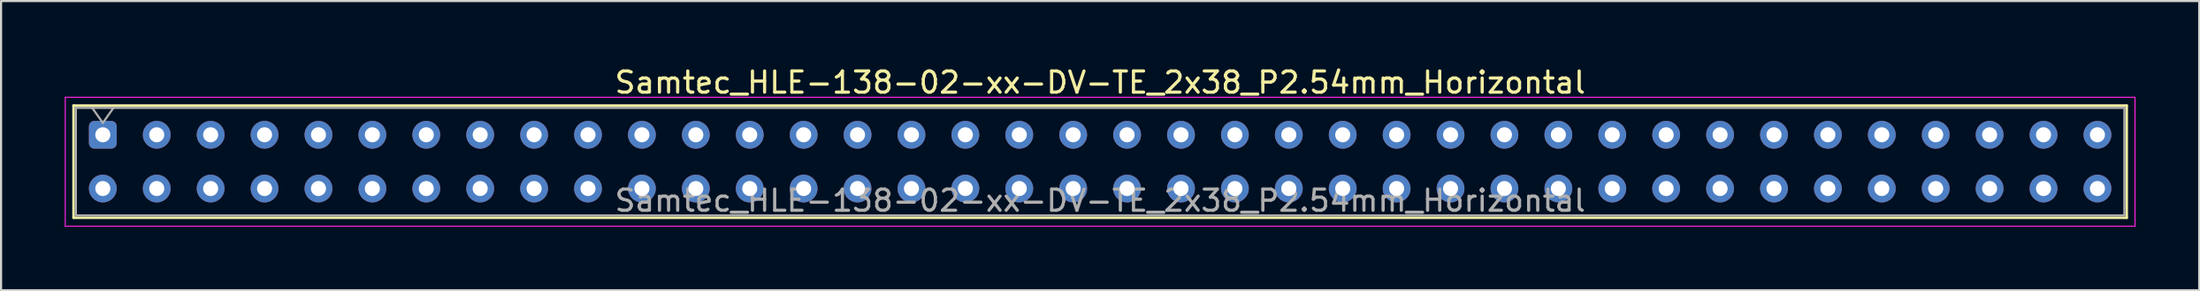
<source format=kicad_pcb>
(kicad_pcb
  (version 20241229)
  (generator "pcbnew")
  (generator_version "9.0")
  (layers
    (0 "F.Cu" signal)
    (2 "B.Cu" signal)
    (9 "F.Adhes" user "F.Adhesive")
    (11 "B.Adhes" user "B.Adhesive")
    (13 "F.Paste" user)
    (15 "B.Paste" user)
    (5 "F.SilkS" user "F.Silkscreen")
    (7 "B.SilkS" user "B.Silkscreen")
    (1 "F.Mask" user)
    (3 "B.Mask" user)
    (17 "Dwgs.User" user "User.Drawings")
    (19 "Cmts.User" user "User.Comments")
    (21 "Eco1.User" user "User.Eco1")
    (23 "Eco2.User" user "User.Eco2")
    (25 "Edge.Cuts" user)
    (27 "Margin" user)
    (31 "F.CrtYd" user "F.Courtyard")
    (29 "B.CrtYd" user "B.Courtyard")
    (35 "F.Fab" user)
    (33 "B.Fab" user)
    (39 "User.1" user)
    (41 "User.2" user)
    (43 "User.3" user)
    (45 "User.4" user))
  (footprint "Samtec_HLE-138-02-xx-DV-TE_2x38_P2.54mm_Horizontal"
    (layer "F.Cu")
    (at 1.795 3.318)
    (property "Reference" "Samtec_HLE-138-02-xx-DV-TE_2x38_P2.54mm_Horizontal" (at 46.99 -2.47 0) (layer "F.SilkS") (effects (font (size 1 1) (thickness 0.15))))
    (attr through_hole)
    (fp_line (start -1.38 -1.38) (end 95.36 -1.38) (stroke (width 0.12) (type solid)) (layer "F.SilkS"))
    (fp_line (start -1.38 3.92) (end -1.38 -1.38) (stroke (width 0.12) (type solid)) (layer "F.SilkS"))
    (fp_line (start 95.36 -1.38) (end 95.36 3.92) (stroke (width 0.12) (type solid)) (layer "F.SilkS"))
    (fp_line (start 95.36 3.92) (end -1.38 3.92) (stroke (width 0.12) (type solid)) (layer "F.SilkS"))
    (fp_line (start -1.77 -1.77) (end 95.75 -1.77) (stroke (width 0.05) (type solid)) (layer "F.CrtYd"))
    (fp_line (start -1.77 4.32) (end -1.77 -1.77) (stroke (width 0.05) (type solid)) (layer "F.CrtYd"))
    (fp_line (start 95.75 -1.77) (end 95.75 4.32) (stroke (width 0.05) (type solid)) (layer "F.CrtYd"))
    (fp_line (start 95.75 4.32) (end -1.77 4.32) (stroke (width 0.05) (type solid)) (layer "F.CrtYd"))
    (fp_line (start -1.27 -1.27) (end 95.25 -1.27) (stroke (width 0.1) (type solid)) (layer "F.Fab"))
    (fp_line (start -1.27 3.81) (end -1.27 -1.27) (stroke (width 0.1) (type solid)) (layer "F.Fab"))
    (fp_line (start -0.5 -1.27) (end 0 -0.563) (stroke (width 0.1) (type solid)) (layer "F.Fab"))
    (fp_line (start 0 -0.563) (end 0.5 -1.27) (stroke (width 0.1) (type solid)) (layer "F.Fab"))
    (fp_line (start 95.25 -1.27) (end 95.25 3.81) (stroke (width 0.1) (type solid)) (layer "F.Fab"))
    (fp_line (start 95.25 3.81) (end -1.27 3.81) (stroke (width 0.1) (type solid)) (layer "F.Fab"))
    (fp_text user "${REFERENCE}" (at 46.99 3.11 0) (layer "F.Fab") (effects (font (size 1 1) (thickness 0.15))))
    (pad "1" thru_hole roundrect (at 0 0) (size 1.31 1.31) (drill 0.71) (layers "*.Cu" "*.Mask") (roundrect_rratio 0.191))
    (pad "2" thru_hole circle (at 0 2.54) (size 1.31 1.31) (drill 0.71) (layers "*.Cu" "*.Mask"))
    (pad "3" thru_hole circle (at 2.54 0) (size 1.31 1.31) (drill 0.71) (layers "*.Cu" "*.Mask"))
    (pad "4" thru_hole circle (at 2.54 2.54) (size 1.31 1.31) (drill 0.71) (layers "*.Cu" "*.Mask"))
    (pad "5" thru_hole circle (at 5.08 0) (size 1.31 1.31) (drill 0.71) (layers "*.Cu" "*.Mask"))
    (pad "6" thru_hole circle (at 5.08 2.54) (size 1.31 1.31) (drill 0.71) (layers "*.Cu" "*.Mask"))
    (pad "7" thru_hole circle (at 7.62 0) (size 1.31 1.31) (drill 0.71) (layers "*.Cu" "*.Mask"))
    (pad "8" thru_hole circle (at 7.62 2.54) (size 1.31 1.31) (drill 0.71) (layers "*.Cu" "*.Mask"))
    (pad "9" thru_hole circle (at 10.16 0) (size 1.31 1.31) (drill 0.71) (layers "*.Cu" "*.Mask"))
    (pad "10" thru_hole circle (at 10.16 2.54) (size 1.31 1.31) (drill 0.71) (layers "*.Cu" "*.Mask"))
    (pad "11" thru_hole circle (at 12.7 0) (size 1.31 1.31) (drill 0.71) (layers "*.Cu" "*.Mask"))
    (pad "12" thru_hole circle (at 12.7 2.54) (size 1.31 1.31) (drill 0.71) (layers "*.Cu" "*.Mask"))
    (pad "13" thru_hole circle (at 15.24 0) (size 1.31 1.31) (drill 0.71) (layers "*.Cu" "*.Mask"))
    (pad "14" thru_hole circle (at 15.24 2.54) (size 1.31 1.31) (drill 0.71) (layers "*.Cu" "*.Mask"))
    (pad "15" thru_hole circle (at 17.78 0) (size 1.31 1.31) (drill 0.71) (layers "*.Cu" "*.Mask"))
    (pad "16" thru_hole circle (at 17.78 2.54) (size 1.31 1.31) (drill 0.71) (layers "*.Cu" "*.Mask"))
    (pad "17" thru_hole circle (at 20.32 0) (size 1.31 1.31) (drill 0.71) (layers "*.Cu" "*.Mask"))
    (pad "18" thru_hole circle (at 20.32 2.54) (size 1.31 1.31) (drill 0.71) (layers "*.Cu" "*.Mask"))
    (pad "19" thru_hole circle (at 22.86 0) (size 1.31 1.31) (drill 0.71) (layers "*.Cu" "*.Mask"))
    (pad "20" thru_hole circle (at 22.86 2.54) (size 1.31 1.31) (drill 0.71) (layers "*.Cu" "*.Mask"))
    (pad "21" thru_hole circle (at 25.4 0) (size 1.31 1.31) (drill 0.71) (layers "*.Cu" "*.Mask"))
    (pad "22" thru_hole circle (at 25.4 2.54) (size 1.31 1.31) (drill 0.71) (layers "*.Cu" "*.Mask"))
    (pad "23" thru_hole circle (at 27.94 0) (size 1.31 1.31) (drill 0.71) (layers "*.Cu" "*.Mask"))
    (pad "24" thru_hole circle (at 27.94 2.54) (size 1.31 1.31) (drill 0.71) (layers "*.Cu" "*.Mask"))
    (pad "25" thru_hole circle (at 30.48 0) (size 1.31 1.31) (drill 0.71) (layers "*.Cu" "*.Mask"))
    (pad "26" thru_hole circle (at 30.48 2.54) (size 1.31 1.31) (drill 0.71) (layers "*.Cu" "*.Mask"))
    (pad "27" thru_hole circle (at 33.02 0) (size 1.31 1.31) (drill 0.71) (layers "*.Cu" "*.Mask"))
    (pad "28" thru_hole circle (at 33.02 2.54) (size 1.31 1.31) (drill 0.71) (layers "*.Cu" "*.Mask"))
    (pad "29" thru_hole circle (at 35.56 0) (size 1.31 1.31) (drill 0.71) (layers "*.Cu" "*.Mask"))
    (pad "30" thru_hole circle (at 35.56 2.54) (size 1.31 1.31) (drill 0.71) (layers "*.Cu" "*.Mask"))
    (pad "31" thru_hole circle (at 38.1 0) (size 1.31 1.31) (drill 0.71) (layers "*.Cu" "*.Mask"))
    (pad "32" thru_hole circle (at 38.1 2.54) (size 1.31 1.31) (drill 0.71) (layers "*.Cu" "*.Mask"))
    (pad "33" thru_hole circle (at 40.64 0) (size 1.31 1.31) (drill 0.71) (layers "*.Cu" "*.Mask"))
    (pad "34" thru_hole circle (at 40.64 2.54) (size 1.31 1.31) (drill 0.71) (layers "*.Cu" "*.Mask"))
    (pad "35" thru_hole circle (at 43.18 0) (size 1.31 1.31) (drill 0.71) (layers "*.Cu" "*.Mask"))
    (pad "36" thru_hole circle (at 43.18 2.54) (size 1.31 1.31) (drill 0.71) (layers "*.Cu" "*.Mask"))
    (pad "37" thru_hole circle (at 45.72 0) (size 1.31 1.31) (drill 0.71) (layers "*.Cu" "*.Mask"))
    (pad "38" thru_hole circle (at 45.72 2.54) (size 1.31 1.31) (drill 0.71) (layers "*.Cu" "*.Mask"))
    (pad "39" thru_hole circle (at 48.26 0) (size 1.31 1.31) (drill 0.71) (layers "*.Cu" "*.Mask"))
    (pad "40" thru_hole circle (at 48.26 2.54) (size 1.31 1.31) (drill 0.71) (layers "*.Cu" "*.Mask"))
    (pad "41" thru_hole circle (at 50.8 0) (size 1.31 1.31) (drill 0.71) (layers "*.Cu" "*.Mask"))
    (pad "42" thru_hole circle (at 50.8 2.54) (size 1.31 1.31) (drill 0.71) (layers "*.Cu" "*.Mask"))
    (pad "43" thru_hole circle (at 53.34 0) (size 1.31 1.31) (drill 0.71) (layers "*.Cu" "*.Mask"))
    (pad "44" thru_hole circle (at 53.34 2.54) (size 1.31 1.31) (drill 0.71) (layers "*.Cu" "*.Mask"))
    (pad "45" thru_hole circle (at 55.88 0) (size 1.31 1.31) (drill 0.71) (layers "*.Cu" "*.Mask"))
    (pad "46" thru_hole circle (at 55.88 2.54) (size 1.31 1.31) (drill 0.71) (layers "*.Cu" "*.Mask"))
    (pad "47" thru_hole circle (at 58.42 0) (size 1.31 1.31) (drill 0.71) (layers "*.Cu" "*.Mask"))
    (pad "48" thru_hole circle (at 58.42 2.54) (size 1.31 1.31) (drill 0.71) (layers "*.Cu" "*.Mask"))
    (pad "49" thru_hole circle (at 60.96 0) (size 1.31 1.31) (drill 0.71) (layers "*.Cu" "*.Mask"))
    (pad "50" thru_hole circle (at 60.96 2.54) (size 1.31 1.31) (drill 0.71) (layers "*.Cu" "*.Mask"))
    (pad "51" thru_hole circle (at 63.5 0) (size 1.31 1.31) (drill 0.71) (layers "*.Cu" "*.Mask"))
    (pad "52" thru_hole circle (at 63.5 2.54) (size 1.31 1.31) (drill 0.71) (layers "*.Cu" "*.Mask"))
    (pad "53" thru_hole circle (at 66.04 0) (size 1.31 1.31) (drill 0.71) (layers "*.Cu" "*.Mask"))
    (pad "54" thru_hole circle (at 66.04 2.54) (size 1.31 1.31) (drill 0.71) (layers "*.Cu" "*.Mask"))
    (pad "55" thru_hole circle (at 68.58 0) (size 1.31 1.31) (drill 0.71) (layers "*.Cu" "*.Mask"))
    (pad "56" thru_hole circle (at 68.58 2.54) (size 1.31 1.31) (drill 0.71) (layers "*.Cu" "*.Mask"))
    (pad "57" thru_hole circle (at 71.12 0) (size 1.31 1.31) (drill 0.71) (layers "*.Cu" "*.Mask"))
    (pad "58" thru_hole circle (at 71.12 2.54) (size 1.31 1.31) (drill 0.71) (layers "*.Cu" "*.Mask"))
    (pad "59" thru_hole circle (at 73.66 0) (size 1.31 1.31) (drill 0.71) (layers "*.Cu" "*.Mask"))
    (pad "60" thru_hole circle (at 73.66 2.54) (size 1.31 1.31) (drill 0.71) (layers "*.Cu" "*.Mask"))
    (pad "61" thru_hole circle (at 76.2 0) (size 1.31 1.31) (drill 0.71) (layers "*.Cu" "*.Mask"))
    (pad "62" thru_hole circle (at 76.2 2.54) (size 1.31 1.31) (drill 0.71) (layers "*.Cu" "*.Mask"))
    (pad "63" thru_hole circle (at 78.74 0) (size 1.31 1.31) (drill 0.71) (layers "*.Cu" "*.Mask"))
    (pad "64" thru_hole circle (at 78.74 2.54) (size 1.31 1.31) (drill 0.71) (layers "*.Cu" "*.Mask"))
    (pad "65" thru_hole circle (at 81.28 0) (size 1.31 1.31) (drill 0.71) (layers "*.Cu" "*.Mask"))
    (pad "66" thru_hole circle (at 81.28 2.54) (size 1.31 1.31) (drill 0.71) (layers "*.Cu" "*.Mask"))
    (pad "67" thru_hole circle (at 83.82 0) (size 1.31 1.31) (drill 0.71) (layers "*.Cu" "*.Mask"))
    (pad "68" thru_hole circle (at 83.82 2.54) (size 1.31 1.31) (drill 0.71) (layers "*.Cu" "*.Mask"))
    (pad "69" thru_hole circle (at 86.36 0) (size 1.31 1.31) (drill 0.71) (layers "*.Cu" "*.Mask"))
    (pad "70" thru_hole circle (at 86.36 2.54) (size 1.31 1.31) (drill 0.71) (layers "*.Cu" "*.Mask"))
    (pad "71" thru_hole circle (at 88.9 0) (size 1.31 1.31) (drill 0.71) (layers "*.Cu" "*.Mask"))
    (pad "72" thru_hole circle (at 88.9 2.54) (size 1.31 1.31) (drill 0.71) (layers "*.Cu" "*.Mask"))
    (pad "73" thru_hole circle (at 91.44 0) (size 1.31 1.31) (drill 0.71) (layers "*.Cu" "*.Mask"))
    (pad "74" thru_hole circle (at 91.44 2.54) (size 1.31 1.31) (drill 0.71) (layers "*.Cu" "*.Mask"))
    (pad "75" thru_hole circle (at 93.98 0) (size 1.31 1.31) (drill 0.71) (layers "*.Cu" "*.Mask"))
    (pad "76" thru_hole circle (at 93.98 2.54) (size 1.31 1.31) (drill 0.71) (layers "*.Cu" "*.Mask")))
  (gr_rect
    (start -3 -3)
    (end 100.57 10.663)
    (stroke (width 0.1) (type default))
    (fill no)
    (layer "Edge.Cuts")))
</source>
